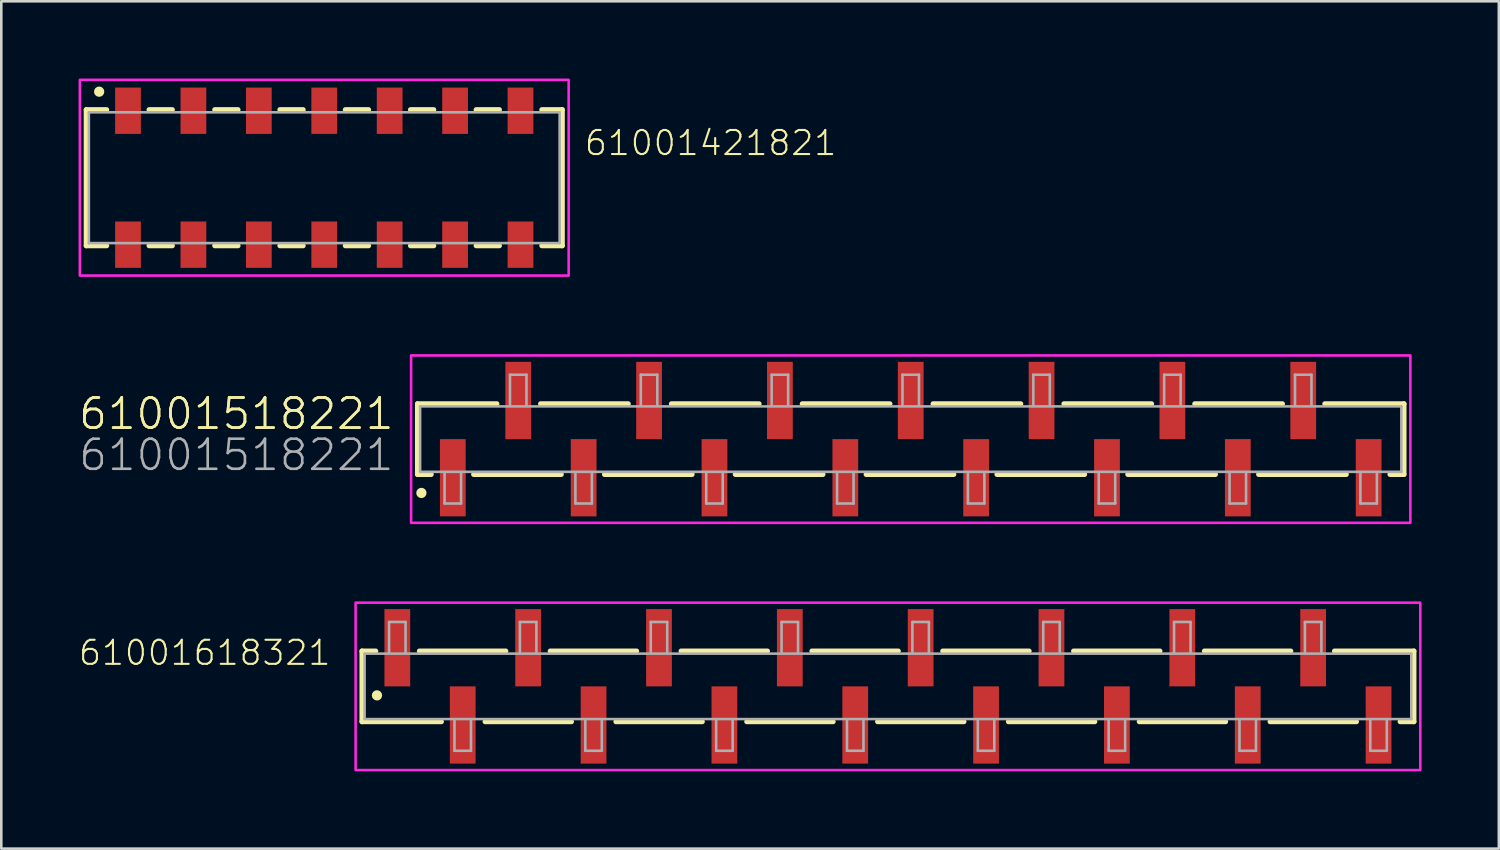
<source format=kicad_pcb>
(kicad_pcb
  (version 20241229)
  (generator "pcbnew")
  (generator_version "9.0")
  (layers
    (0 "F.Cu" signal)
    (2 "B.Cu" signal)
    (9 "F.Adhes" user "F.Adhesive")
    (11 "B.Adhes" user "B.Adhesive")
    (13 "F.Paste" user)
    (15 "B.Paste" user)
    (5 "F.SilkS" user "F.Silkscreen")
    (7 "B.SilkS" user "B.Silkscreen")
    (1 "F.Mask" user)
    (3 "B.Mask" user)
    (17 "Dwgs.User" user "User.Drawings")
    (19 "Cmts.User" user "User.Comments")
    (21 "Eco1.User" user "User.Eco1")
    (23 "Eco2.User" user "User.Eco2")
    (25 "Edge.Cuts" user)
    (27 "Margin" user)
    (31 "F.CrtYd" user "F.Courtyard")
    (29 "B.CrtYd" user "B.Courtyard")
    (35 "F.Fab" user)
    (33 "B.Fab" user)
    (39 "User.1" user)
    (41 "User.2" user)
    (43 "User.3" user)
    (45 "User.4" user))
  (footprint "61001518221"
    (layer "F.Cu")
    (at 32.312 14)
    (property "Reference" "61001518221" (at -20 -0.3 0) (unlocked yes) (layer "F.SilkS") (effects (font (size 1.168 1.168) (thickness 0.102)) (justify right bottom)))
    (property "Value" "61001518221" (at -20 1.3 0) (unlocked yes) (layer "F.Fab") (hide yes) (effects (font (size 1.168 1.168) (thickness 0.102)) (justify right bottom)))
    (fp_line (start -19.15 -1.37) (end -19.15 1.37) (stroke (width 0.2) (type solid)) (layer "F.SilkS"))
    (fp_line (start -19.15 1.37) (end -18.62 1.37) (stroke (width 0.2) (type solid)) (layer "F.SilkS"))
    (fp_line (start -16.97 1.37) (end -13.57 1.37) (stroke (width 0.2) (type solid)) (layer "F.SilkS"))
    (fp_line (start -16.07 -1.37) (end -19.15 -1.37) (stroke (width 0.2) (type solid)) (layer "F.SilkS"))
    (fp_line (start -14.37 -1.37) (end -10.97 -1.37) (stroke (width 0.2) (type solid)) (layer "F.SilkS"))
    (fp_line (start -11.89 1.37) (end -8.49 1.37) (stroke (width 0.2) (type solid)) (layer "F.SilkS"))
    (fp_line (start -9.29 -1.37) (end -5.89 -1.37) (stroke (width 0.2) (type solid)) (layer "F.SilkS"))
    (fp_line (start -6.81 1.37) (end -3.41 1.37) (stroke (width 0.2) (type solid)) (layer "F.SilkS"))
    (fp_line (start -4.21 -1.37) (end -0.81 -1.37) (stroke (width 0.2) (type solid)) (layer "F.SilkS"))
    (fp_line (start -1.73 1.37) (end 1.67 1.37) (stroke (width 0.2) (type solid)) (layer "F.SilkS"))
    (fp_line (start 0.87 -1.37) (end 4.27 -1.37) (stroke (width 0.2) (type solid)) (layer "F.SilkS"))
    (fp_line (start 3.35 1.37) (end 6.75 1.37) (stroke (width 0.2) (type solid)) (layer "F.SilkS"))
    (fp_line (start 5.95 -1.37) (end 9.35 -1.37) (stroke (width 0.2) (type solid)) (layer "F.SilkS"))
    (fp_line (start 8.43 1.37) (end 11.83 1.37) (stroke (width 0.2) (type solid)) (layer "F.SilkS"))
    (fp_line (start 11.03 -1.37) (end 14.43 -1.37) (stroke (width 0.2) (type solid)) (layer "F.SilkS"))
    (fp_line (start 13.51 1.37) (end 16.91 1.37) (stroke (width 0.2) (type solid)) (layer "F.SilkS"))
    (fp_line (start 18.61 1.37) (end 19.15 1.37) (stroke (width 0.2) (type solid)) (layer "F.SilkS"))
    (fp_line (start 19.15 -1.37) (end 16.08 -1.37) (stroke (width 0.2) (type solid)) (layer "F.SilkS"))
    (fp_line (start 19.15 1.37) (end 19.15 -1.37) (stroke (width 0.2) (type solid)) (layer "F.SilkS"))
    (fp_circle (center -19 2.09) (end -18.9 2.09) (stroke (width 0.2) (type solid)) (fill no) (layer "F.SilkS"))
    (fp_poly (pts (xy 19.4 3.25) (xy -19.4 3.25) (xy -19.4 -3.25) (xy 19.4 -3.25)) (stroke (width 0.1) (type default)) (fill no) (layer "F.CrtYd"))
    (fp_line (start -19.05 -1.27) (end -19.05 1.27) (stroke (width 0.1) (type solid)) (layer "F.Fab"))
    (fp_line (start -19.05 1.27) (end 19.05 1.27) (stroke (width 0.1) (type solid)) (layer "F.Fab"))
    (fp_line (start -18.1 2.5) (end -18.1 1.3) (stroke (width 0.1) (type solid)) (layer "F.Fab"))
    (fp_line (start -17.46 1.3) (end -17.46 2.5) (stroke (width 0.1) (type solid)) (layer "F.Fab"))
    (fp_line (start -17.46 2.5) (end -18.1 2.5) (stroke (width 0.1) (type solid)) (layer "F.Fab"))
    (fp_line (start -15.56 -2.5) (end -14.92 -2.5) (stroke (width 0.1) (type solid)) (layer "F.Fab"))
    (fp_line (start -15.56 -1.3) (end -15.56 -2.5) (stroke (width 0.1) (type solid)) (layer "F.Fab"))
    (fp_line (start -14.92 -2.5) (end -14.92 -1.3) (stroke (width 0.1) (type solid)) (layer "F.Fab"))
    (fp_line (start -13.02 2.5) (end -13.02 1.3) (stroke (width 0.1) (type solid)) (layer "F.Fab"))
    (fp_line (start -12.38 1.3) (end -12.38 2.5) (stroke (width 0.1) (type solid)) (layer "F.Fab"))
    (fp_line (start -12.38 2.5) (end -13.02 2.5) (stroke (width 0.1) (type solid)) (layer "F.Fab"))
    (fp_line (start -10.48 -2.5) (end -9.84 -2.5) (stroke (width 0.1) (type solid)) (layer "F.Fab"))
    (fp_line (start -10.48 -1.3) (end -10.48 -2.5) (stroke (width 0.1) (type solid)) (layer "F.Fab"))
    (fp_line (start -9.84 -2.5) (end -9.84 -1.3) (stroke (width 0.1) (type solid)) (layer "F.Fab"))
    (fp_line (start -7.94 2.5) (end -7.94 1.3) (stroke (width 0.1) (type solid)) (layer "F.Fab"))
    (fp_line (start -7.3 1.3) (end -7.3 2.5) (stroke (width 0.1) (type solid)) (layer "F.Fab"))
    (fp_line (start -7.3 2.5) (end -7.94 2.5) (stroke (width 0.1) (type solid)) (layer "F.Fab"))
    (fp_line (start -5.4 -2.5) (end -4.76 -2.5) (stroke (width 0.1) (type solid)) (layer "F.Fab"))
    (fp_line (start -5.4 -1.3) (end -5.4 -2.5) (stroke (width 0.1) (type solid)) (layer "F.Fab"))
    (fp_line (start -4.76 -2.5) (end -4.76 -1.3) (stroke (width 0.1) (type solid)) (layer "F.Fab"))
    (fp_line (start -2.86 2.5) (end -2.86 1.3) (stroke (width 0.1) (type solid)) (layer "F.Fab"))
    (fp_line (start -2.22 1.3) (end -2.22 2.5) (stroke (width 0.1) (type solid)) (layer "F.Fab"))
    (fp_line (start -2.22 2.5) (end -2.86 2.5) (stroke (width 0.1) (type solid)) (layer "F.Fab"))
    (fp_line (start -0.32 -2.5) (end 0.32 -2.5) (stroke (width 0.1) (type solid)) (layer "F.Fab"))
    (fp_line (start -0.32 -1.3) (end -0.32 -2.5) (stroke (width 0.1) (type solid)) (layer "F.Fab"))
    (fp_line (start 0.32 -2.5) (end 0.32 -1.3) (stroke (width 0.1) (type solid)) (layer "F.Fab"))
    (fp_line (start 2.22 2.5) (end 2.22 1.3) (stroke (width 0.1) (type solid)) (layer "F.Fab"))
    (fp_line (start 2.86 1.3) (end 2.86 2.5) (stroke (width 0.1) (type solid)) (layer "F.Fab"))
    (fp_line (start 2.86 2.5) (end 2.22 2.5) (stroke (width 0.1) (type solid)) (layer "F.Fab"))
    (fp_line (start 4.76 -2.5) (end 5.4 -2.5) (stroke (width 0.1) (type solid)) (layer "F.Fab"))
    (fp_line (start 4.76 -1.3) (end 4.76 -2.5) (stroke (width 0.1) (type solid)) (layer "F.Fab"))
    (fp_line (start 5.4 -2.5) (end 5.4 -1.3) (stroke (width 0.1) (type solid)) (layer "F.Fab"))
    (fp_line (start 7.3 2.5) (end 7.3 1.3) (stroke (width 0.1) (type solid)) (layer "F.Fab"))
    (fp_line (start 7.94 1.3) (end 7.94 2.5) (stroke (width 0.1) (type solid)) (layer "F.Fab"))
    (fp_line (start 7.94 2.5) (end 7.3 2.5) (stroke (width 0.1) (type solid)) (layer "F.Fab"))
    (fp_line (start 9.84 -2.5) (end 10.48 -2.5) (stroke (width 0.1) (type solid)) (layer "F.Fab"))
    (fp_line (start 9.84 -1.3) (end 9.84 -2.5) (stroke (width 0.1) (type solid)) (layer "F.Fab"))
    (fp_line (start 10.48 -2.5) (end 10.48 -1.3) (stroke (width 0.1) (type solid)) (layer "F.Fab"))
    (fp_line (start 12.38 2.5) (end 12.38 1.3) (stroke (width 0.1) (type solid)) (layer "F.Fab"))
    (fp_line (start 13.02 1.3) (end 13.02 2.5) (stroke (width 0.1) (type solid)) (layer "F.Fab"))
    (fp_line (start 13.02 2.5) (end 12.38 2.5) (stroke (width 0.1) (type solid)) (layer "F.Fab"))
    (fp_line (start 14.92 -2.5) (end 15.56 -2.5) (stroke (width 0.1) (type solid)) (layer "F.Fab"))
    (fp_line (start 14.92 -1.3) (end 14.92 -2.5) (stroke (width 0.1) (type solid)) (layer "F.Fab"))
    (fp_line (start 15.56 -2.5) (end 15.56 -1.3) (stroke (width 0.1) (type solid)) (layer "F.Fab"))
    (fp_line (start 17.46 2.5) (end 17.46 1.3) (stroke (width 0.1) (type solid)) (layer "F.Fab"))
    (fp_line (start 18.1 1.3) (end 18.1 2.5) (stroke (width 0.1) (type solid)) (layer "F.Fab"))
    (fp_line (start 18.1 2.5) (end 17.46 2.5) (stroke (width 0.1) (type solid)) (layer "F.Fab"))
    (fp_line (start 19.05 -1.27) (end -19.05 -1.27) (stroke (width 0.1) (type solid)) (layer "F.Fab"))
    (fp_line (start 19.05 1.27) (end 19.05 -1.27) (stroke (width 0.1) (type solid)) (layer "F.Fab"))
    (fp_text user "${REFERENCE}" (at -20 -0.3 0) (unlocked yes) (layer "F.SilkS") (effects (font (size 1.168 1.168) (thickness 0.102)) (justify right bottom)))
    (fp_text user "${VALUE}" (at -20 1.3 0) (unlocked yes) (layer "F.Fab") (effects (font (size 1.168 1.168) (thickness 0.102)) (justify right bottom)))
    (pad "1" smd rect (at -17.78 1.5) (size 1 3) (layers "F.Cu" "F.Mask" "F.Paste"))
    (pad "2" smd rect (at -15.24 -1.5) (size 1 3) (layers "F.Cu" "F.Mask" "F.Paste"))
    (pad "3" smd rect (at -12.7 1.5) (size 1 3) (layers "F.Cu" "F.Mask" "F.Paste"))
    (pad "4" smd rect (at -10.16 -1.5) (size 1 3) (layers "F.Cu" "F.Mask" "F.Paste"))
    (pad "5" smd rect (at -7.62 1.5) (size 1 3) (layers "F.Cu" "F.Mask" "F.Paste"))
    (pad "6" smd rect (at -5.08 -1.5) (size 1 3) (layers "F.Cu" "F.Mask" "F.Paste"))
    (pad "7" smd rect (at -2.54 1.5) (size 1 3) (layers "F.Cu" "F.Mask" "F.Paste"))
    (pad "8" smd rect (at 0 -1.5) (size 1 3) (layers "F.Cu" "F.Mask" "F.Paste"))
    (pad "9" smd rect (at 2.54 1.5) (size 1 3) (layers "F.Cu" "F.Mask" "F.Paste"))
    (pad "10" smd rect (at 5.08 -1.5) (size 1 3) (layers "F.Cu" "F.Mask" "F.Paste"))
    (pad "11" smd rect (at 7.62 1.5) (size 1 3) (layers "F.Cu" "F.Mask" "F.Paste"))
    (pad "12" smd rect (at 10.16 -1.5) (size 1 3) (layers "F.Cu" "F.Mask" "F.Paste"))
    (pad "13" smd rect (at 12.7 1.5) (size 1 3) (layers "F.Cu" "F.Mask" "F.Paste"))
    (pad "14" smd rect (at 15.24 -1.5) (size 1 3) (layers "F.Cu" "F.Mask" "F.Paste"))
    (pad "15" smd rect (at 17.78 1.5) (size 1 3) (layers "F.Cu" "F.Mask" "F.Paste")))
  (footprint "61001618321"
    (layer "F.Cu")
    (at 31.427 23.6)
    (property "Reference" "61001618321" (at -21.578 -0.756 0) (unlocked yes) (layer "F.SilkS") (effects (font (size 0.935 0.935) (thickness 0.081)) (justify right bottom)))
    (fp_line (start -20.42 -1.37) (end -20.42 1.37) (stroke (width 0.2) (type solid)) (layer "F.SilkS"))
    (fp_line (start -20.42 1.37) (end -17.34 1.37) (stroke (width 0.2) (type solid)) (layer "F.SilkS"))
    (fp_line (start -19.89 -1.37) (end -20.42 -1.37) (stroke (width 0.2) (type solid)) (layer "F.SilkS"))
    (fp_line (start -15.64 1.37) (end -12.29 1.37) (stroke (width 0.2) (type solid)) (layer "F.SilkS"))
    (fp_line (start -14.84 -1.37) (end -18.19 -1.37) (stroke (width 0.2) (type solid)) (layer "F.SilkS"))
    (fp_line (start -10.56 1.37) (end -7.21 1.37) (stroke (width 0.2) (type solid)) (layer "F.SilkS"))
    (fp_line (start -9.76 -1.37) (end -13.11 -1.37) (stroke (width 0.2) (type solid)) (layer "F.SilkS"))
    (fp_line (start -5.48 1.37) (end -2.13 1.37) (stroke (width 0.2) (type solid)) (layer "F.SilkS"))
    (fp_line (start -4.68 -1.37) (end -8.03 -1.37) (stroke (width 0.2) (type solid)) (layer "F.SilkS"))
    (fp_line (start -0.4 1.37) (end 2.95 1.37) (stroke (width 0.2) (type solid)) (layer "F.SilkS"))
    (fp_line (start 0.4 -1.37) (end -2.95 -1.37) (stroke (width 0.2) (type solid)) (layer "F.SilkS"))
    (fp_line (start 4.68 1.37) (end 8.03 1.37) (stroke (width 0.2) (type solid)) (layer "F.SilkS"))
    (fp_line (start 5.48 -1.37) (end 2.13 -1.37) (stroke (width 0.2) (type solid)) (layer "F.SilkS"))
    (fp_line (start 9.76 1.37) (end 13.11 1.37) (stroke (width 0.2) (type solid)) (layer "F.SilkS"))
    (fp_line (start 10.56 -1.37) (end 7.21 -1.37) (stroke (width 0.2) (type solid)) (layer "F.SilkS"))
    (fp_line (start 14.84 1.37) (end 18.19 1.37) (stroke (width 0.2) (type solid)) (layer "F.SilkS"))
    (fp_line (start 15.64 -1.37) (end 12.29 -1.37) (stroke (width 0.2) (type solid)) (layer "F.SilkS"))
    (fp_line (start 19.89 1.37) (end 20.42 1.37) (stroke (width 0.2) (type solid)) (layer "F.SilkS"))
    (fp_line (start 20.42 -1.37) (end 17.34 -1.37) (stroke (width 0.2) (type solid)) (layer "F.SilkS"))
    (fp_line (start 20.42 1.37) (end 20.42 -1.37) (stroke (width 0.2) (type solid)) (layer "F.SilkS"))
    (fp_circle (center -19.84 0.35) (end -19.74 0.35) (stroke (width 0.2) (type solid)) (fill no) (layer "F.SilkS"))
    (fp_poly (pts (xy 20.67 3.25) (xy -20.67 3.25) (xy -20.67 -3.25) (xy 20.67 -3.25)) (stroke (width 0.1) (type default)) (fill no) (layer "F.CrtYd"))
    (fp_line (start -20.32 -1.27) (end -20.32 1.27) (stroke (width 0.1) (type solid)) (layer "F.Fab"))
    (fp_line (start -20.32 1.27) (end 20.32 1.27) (stroke (width 0.1) (type solid)) (layer "F.Fab"))
    (fp_line (start -19.37 -2.5) (end -18.73 -2.5) (stroke (width 0.1) (type solid)) (layer "F.Fab"))
    (fp_line (start -19.37 -1.3) (end -19.37 -2.5) (stroke (width 0.1) (type solid)) (layer "F.Fab"))
    (fp_line (start -18.73 -2.5) (end -18.73 -1.3) (stroke (width 0.1) (type solid)) (layer "F.Fab"))
    (fp_line (start -16.83 2.5) (end -16.83 1.3) (stroke (width 0.1) (type solid)) (layer "F.Fab"))
    (fp_line (start -16.19 1.3) (end -16.19 2.5) (stroke (width 0.1) (type solid)) (layer "F.Fab"))
    (fp_line (start -16.19 2.5) (end -16.83 2.5) (stroke (width 0.1) (type solid)) (layer "F.Fab"))
    (fp_line (start -14.29 -2.5) (end -13.65 -2.5) (stroke (width 0.1) (type solid)) (layer "F.Fab"))
    (fp_line (start -14.29 -1.3) (end -14.29 -2.5) (stroke (width 0.1) (type solid)) (layer "F.Fab"))
    (fp_line (start -13.65 -2.5) (end -13.65 -1.3) (stroke (width 0.1) (type solid)) (layer "F.Fab"))
    (fp_line (start -11.75 2.5) (end -11.75 1.3) (stroke (width 0.1) (type solid)) (layer "F.Fab"))
    (fp_line (start -11.11 1.3) (end -11.11 2.5) (stroke (width 0.1) (type solid)) (layer "F.Fab"))
    (fp_line (start -11.11 2.5) (end -11.75 2.5) (stroke (width 0.1) (type solid)) (layer "F.Fab"))
    (fp_line (start -9.21 -2.5) (end -8.57 -2.5) (stroke (width 0.1) (type solid)) (layer "F.Fab"))
    (fp_line (start -9.21 -1.3) (end -9.21 -2.5) (stroke (width 0.1) (type solid)) (layer "F.Fab"))
    (fp_line (start -8.57 -2.5) (end -8.57 -1.3) (stroke (width 0.1) (type solid)) (layer "F.Fab"))
    (fp_line (start -6.67 2.5) (end -6.67 1.3) (stroke (width 0.1) (type solid)) (layer "F.Fab"))
    (fp_line (start -6.03 1.3) (end -6.03 2.5) (stroke (width 0.1) (type solid)) (layer "F.Fab"))
    (fp_line (start -6.03 2.5) (end -6.67 2.5) (stroke (width 0.1) (type solid)) (layer "F.Fab"))
    (fp_line (start -4.13 -2.5) (end -3.49 -2.5) (stroke (width 0.1) (type solid)) (layer "F.Fab"))
    (fp_line (start -4.13 -1.3) (end -4.13 -2.5) (stroke (width 0.1) (type solid)) (layer "F.Fab"))
    (fp_line (start -3.49 -2.5) (end -3.49 -1.3) (stroke (width 0.1) (type solid)) (layer "F.Fab"))
    (fp_line (start -1.59 2.5) (end -1.59 1.3) (stroke (width 0.1) (type solid)) (layer "F.Fab"))
    (fp_line (start -0.95 1.3) (end -0.95 2.5) (stroke (width 0.1) (type solid)) (layer "F.Fab"))
    (fp_line (start -0.95 2.5) (end -1.59 2.5) (stroke (width 0.1) (type solid)) (layer "F.Fab"))
    (fp_line (start 0.95 -2.5) (end 1.59 -2.5) (stroke (width 0.1) (type solid)) (layer "F.Fab"))
    (fp_line (start 0.95 -1.3) (end 0.95 -2.5) (stroke (width 0.1) (type solid)) (layer "F.Fab"))
    (fp_line (start 1.59 -2.5) (end 1.59 -1.3) (stroke (width 0.1) (type solid)) (layer "F.Fab"))
    (fp_line (start 3.49 2.5) (end 3.49 1.3) (stroke (width 0.1) (type solid)) (layer "F.Fab"))
    (fp_line (start 4.13 1.3) (end 4.13 2.5) (stroke (width 0.1) (type solid)) (layer "F.Fab"))
    (fp_line (start 4.13 2.5) (end 3.49 2.5) (stroke (width 0.1) (type solid)) (layer "F.Fab"))
    (fp_line (start 6.03 -2.5) (end 6.67 -2.5) (stroke (width 0.1) (type solid)) (layer "F.Fab"))
    (fp_line (start 6.03 -1.3) (end 6.03 -2.5) (stroke (width 0.1) (type solid)) (layer "F.Fab"))
    (fp_line (start 6.67 -2.5) (end 6.67 -1.3) (stroke (width 0.1) (type solid)) (layer "F.Fab"))
    (fp_line (start 8.57 2.5) (end 8.57 1.3) (stroke (width 0.1) (type solid)) (layer "F.Fab"))
    (fp_line (start 9.21 1.3) (end 9.21 2.5) (stroke (width 0.1) (type solid)) (layer "F.Fab"))
    (fp_line (start 9.21 2.5) (end 8.57 2.5) (stroke (width 0.1) (type solid)) (layer "F.Fab"))
    (fp_line (start 11.11 -2.5) (end 11.75 -2.5) (stroke (width 0.1) (type solid)) (layer "F.Fab"))
    (fp_line (start 11.11 -1.3) (end 11.11 -2.5) (stroke (width 0.1) (type solid)) (layer "F.Fab"))
    (fp_line (start 11.75 -2.5) (end 11.75 -1.3) (stroke (width 0.1) (type solid)) (layer "F.Fab"))
    (fp_line (start 13.65 2.5) (end 13.65 1.3) (stroke (width 0.1) (type solid)) (layer "F.Fab"))
    (fp_line (start 14.29 1.3) (end 14.29 2.5) (stroke (width 0.1) (type solid)) (layer "F.Fab"))
    (fp_line (start 14.29 2.5) (end 13.65 2.5) (stroke (width 0.1) (type solid)) (layer "F.Fab"))
    (fp_line (start 16.19 -2.5) (end 16.83 -2.5) (stroke (width 0.1) (type solid)) (layer "F.Fab"))
    (fp_line (start 16.19 -1.3) (end 16.19 -2.5) (stroke (width 0.1) (type solid)) (layer "F.Fab"))
    (fp_line (start 16.83 -2.5) (end 16.83 -1.3) (stroke (width 0.1) (type solid)) (layer "F.Fab"))
    (fp_line (start 18.73 2.5) (end 18.73 1.3) (stroke (width 0.1) (type solid)) (layer "F.Fab"))
    (fp_line (start 19.37 1.3) (end 19.37 2.5) (stroke (width 0.1) (type solid)) (layer "F.Fab"))
    (fp_line (start 19.37 2.5) (end 18.73 2.5) (stroke (width 0.1) (type solid)) (layer "F.Fab"))
    (fp_line (start 20.32 -1.27) (end -20.32 -1.27) (stroke (width 0.1) (type solid)) (layer "F.Fab"))
    (fp_line (start 20.32 1.27) (end 20.32 -1.27) (stroke (width 0.1) (type solid)) (layer "F.Fab"))
    (pad "1" smd rect (at -19.05 -1.5) (size 1 3) (layers "F.Cu" "F.Mask" "F.Paste"))
    (pad "2" smd rect (at -16.51 1.5) (size 1 3) (layers "F.Cu" "F.Mask" "F.Paste"))
    (pad "3" smd rect (at -13.97 -1.5) (size 1 3) (layers "F.Cu" "F.Mask" "F.Paste"))
    (pad "4" smd rect (at -11.43 1.5) (size 1 3) (layers "F.Cu" "F.Mask" "F.Paste"))
    (pad "5" smd rect (at -8.89 -1.5) (size 1 3) (layers "F.Cu" "F.Mask" "F.Paste"))
    (pad "6" smd rect (at -6.35 1.5) (size 1 3) (layers "F.Cu" "F.Mask" "F.Paste"))
    (pad "7" smd rect (at -3.81 -1.5) (size 1 3) (layers "F.Cu" "F.Mask" "F.Paste"))
    (pad "8" smd rect (at -1.27 1.5) (size 1 3) (layers "F.Cu" "F.Mask" "F.Paste"))
    (pad "9" smd rect (at 1.27 -1.5) (size 1 3) (layers "F.Cu" "F.Mask" "F.Paste"))
    (pad "10" smd rect (at 3.81 1.5) (size 1 3) (layers "F.Cu" "F.Mask" "F.Paste"))
    (pad "11" smd rect (at 6.35 -1.5) (size 1 3) (layers "F.Cu" "F.Mask" "F.Paste"))
    (pad "12" smd rect (at 8.89 1.5) (size 1 3) (layers "F.Cu" "F.Mask" "F.Paste"))
    (pad "13" smd rect (at 11.43 -1.5) (size 1 3) (layers "F.Cu" "F.Mask" "F.Paste"))
    (pad "14" smd rect (at 13.97 1.5) (size 1 3) (layers "F.Cu" "F.Mask" "F.Paste"))
    (pad "15" smd rect (at 16.51 -1.5) (size 1 3) (layers "F.Cu" "F.Mask" "F.Paste"))
    (pad "16" smd rect (at 19.05 1.5) (size 1 3) (layers "F.Cu" "F.Mask" "F.Paste")))
  (footprint "61001421821"
    (layer "F.Cu")
    (at 9.54 3.85)
    (property "Reference" "61001421821" (at 10.05 -0.8 0) (unlocked yes) (layer "F.SilkS") (effects (font (size 0.935 0.935) (thickness 0.081)) (justify left bottom)))
    (fp_line (start -9.24 -2.64) (end -9.24 2.64) (stroke (width 0.2) (type solid)) (layer "F.SilkS"))
    (fp_line (start -8.45 -2.64) (end -9.24 -2.64) (stroke (width 0.2) (type solid)) (layer "F.SilkS"))
    (fp_line (start -8.45 2.64) (end -9.24 2.64) (stroke (width 0.2) (type solid)) (layer "F.SilkS"))
    (fp_line (start -6.8 -2.64) (end -5.9 -2.64) (stroke (width 0.2) (type solid)) (layer "F.SilkS"))
    (fp_line (start -5.9 2.64) (end -6.8 2.64) (stroke (width 0.2) (type solid)) (layer "F.SilkS"))
    (fp_line (start -4.25 -2.64) (end -3.35 -2.64) (stroke (width 0.2) (type solid)) (layer "F.SilkS"))
    (fp_line (start -4.25 2.64) (end -3.35 2.64) (stroke (width 0.2) (type solid)) (layer "F.SilkS"))
    (fp_line (start -1.72 -2.64) (end -0.82 -2.64) (stroke (width 0.2) (type solid)) (layer "F.SilkS"))
    (fp_line (start -1.72 2.64) (end -0.82 2.64) (stroke (width 0.2) (type solid)) (layer "F.SilkS"))
    (fp_line (start 1.72 -2.64) (end 0.82 -2.64) (stroke (width 0.2) (type solid)) (layer "F.SilkS"))
    (fp_line (start 1.72 2.64) (end 0.82 2.64) (stroke (width 0.2) (type solid)) (layer "F.SilkS"))
    (fp_line (start 4.25 -2.64) (end 3.35 -2.64) (stroke (width 0.2) (type solid)) (layer "F.SilkS"))
    (fp_line (start 4.25 2.64) (end 3.35 2.64) (stroke (width 0.2) (type solid)) (layer "F.SilkS"))
    (fp_line (start 5.9 -2.64) (end 6.8 -2.64) (stroke (width 0.2) (type solid)) (layer "F.SilkS"))
    (fp_line (start 6.8 2.64) (end 5.9 2.64) (stroke (width 0.2) (type solid)) (layer "F.SilkS"))
    (fp_line (start 8.45 -2.64) (end 9.24 -2.64) (stroke (width 0.2) (type solid)) (layer "F.SilkS"))
    (fp_line (start 8.45 2.64) (end 9.24 2.64) (stroke (width 0.2) (type solid)) (layer "F.SilkS"))
    (fp_line (start 9.24 2.64) (end 9.24 -2.64) (stroke (width 0.2) (type solid)) (layer "F.SilkS"))
    (fp_circle (center -8.74 -3.34) (end -8.64 -3.34) (stroke (width 0.2) (type solid)) (fill no) (layer "F.SilkS"))
    (fp_poly (pts (xy 9.49 3.8) (xy -9.49 3.8) (xy -9.49 -3.8) (xy 9.49 -3.8)) (stroke (width 0.1) (type default)) (fill no) (layer "F.CrtYd"))
    (fp_line (start -9.14 -2.54) (end -9.14 2.54) (stroke (width 0.1) (type solid)) (layer "F.Fab"))
    (fp_line (start -9.14 2.54) (end 9.14 2.54) (stroke (width 0.1) (type solid)) (layer "F.Fab"))
    (fp_line (start 9.14 -2.54) (end -9.14 -2.54) (stroke (width 0.1) (type solid)) (layer "F.Fab"))
    (fp_line (start 9.14 2.54) (end 9.14 -2.54) (stroke (width 0.1) (type solid)) (layer "F.Fab"))
    (pad "1" smd rect (at -7.62 -2.6) (size 1 1.8) (layers "F.Cu" "F.Mask" "F.Paste"))
    (pad "2" smd rect (at -7.62 2.6) (size 1 1.8) (layers "F.Cu" "F.Mask" "F.Paste"))
    (pad "3" smd rect (at -5.08 -2.6) (size 1 1.8) (layers "F.Cu" "F.Mask" "F.Paste"))
    (pad "4" smd rect (at -5.08 2.6) (size 1 1.8) (layers "F.Cu" "F.Mask" "F.Paste"))
    (pad "5" smd rect (at -2.54 -2.6) (size 1 1.8) (layers "F.Cu" "F.Mask" "F.Paste"))
    (pad "6" smd rect (at -2.54 2.6) (size 1 1.8) (layers "F.Cu" "F.Mask" "F.Paste"))
    (pad "7" smd rect (at 0 -2.6) (size 1 1.8) (layers "F.Cu" "F.Mask" "F.Paste"))
    (pad "8" smd rect (at 0 2.6) (size 1 1.8) (layers "F.Cu" "F.Mask" "F.Paste"))
    (pad "9" smd rect (at 2.54 -2.6) (size 1 1.8) (layers "F.Cu" "F.Mask" "F.Paste"))
    (pad "10" smd rect (at 2.54 2.6) (size 1 1.8) (layers "F.Cu" "F.Mask" "F.Paste"))
    (pad "11" smd rect (at 5.08 -2.6) (size 1 1.8) (layers "F.Cu" "F.Mask" "F.Paste"))
    (pad "12" smd rect (at 5.08 2.6) (size 1 1.8) (layers "F.Cu" "F.Mask" "F.Paste"))
    (pad "13" smd rect (at 7.62 -2.6) (size 1 1.8) (layers "F.Cu" "F.Mask" "F.Paste"))
    (pad "14" smd rect (at 7.62 2.6) (size 1 1.8) (layers "F.Cu" "F.Mask" "F.Paste")))
  (gr_rect
    (start -3 -3)
    (end 55.147 29.9)
    (stroke (width 0.1) (type default))
    (fill no)
    (layer "Edge.Cuts")))
</source>
